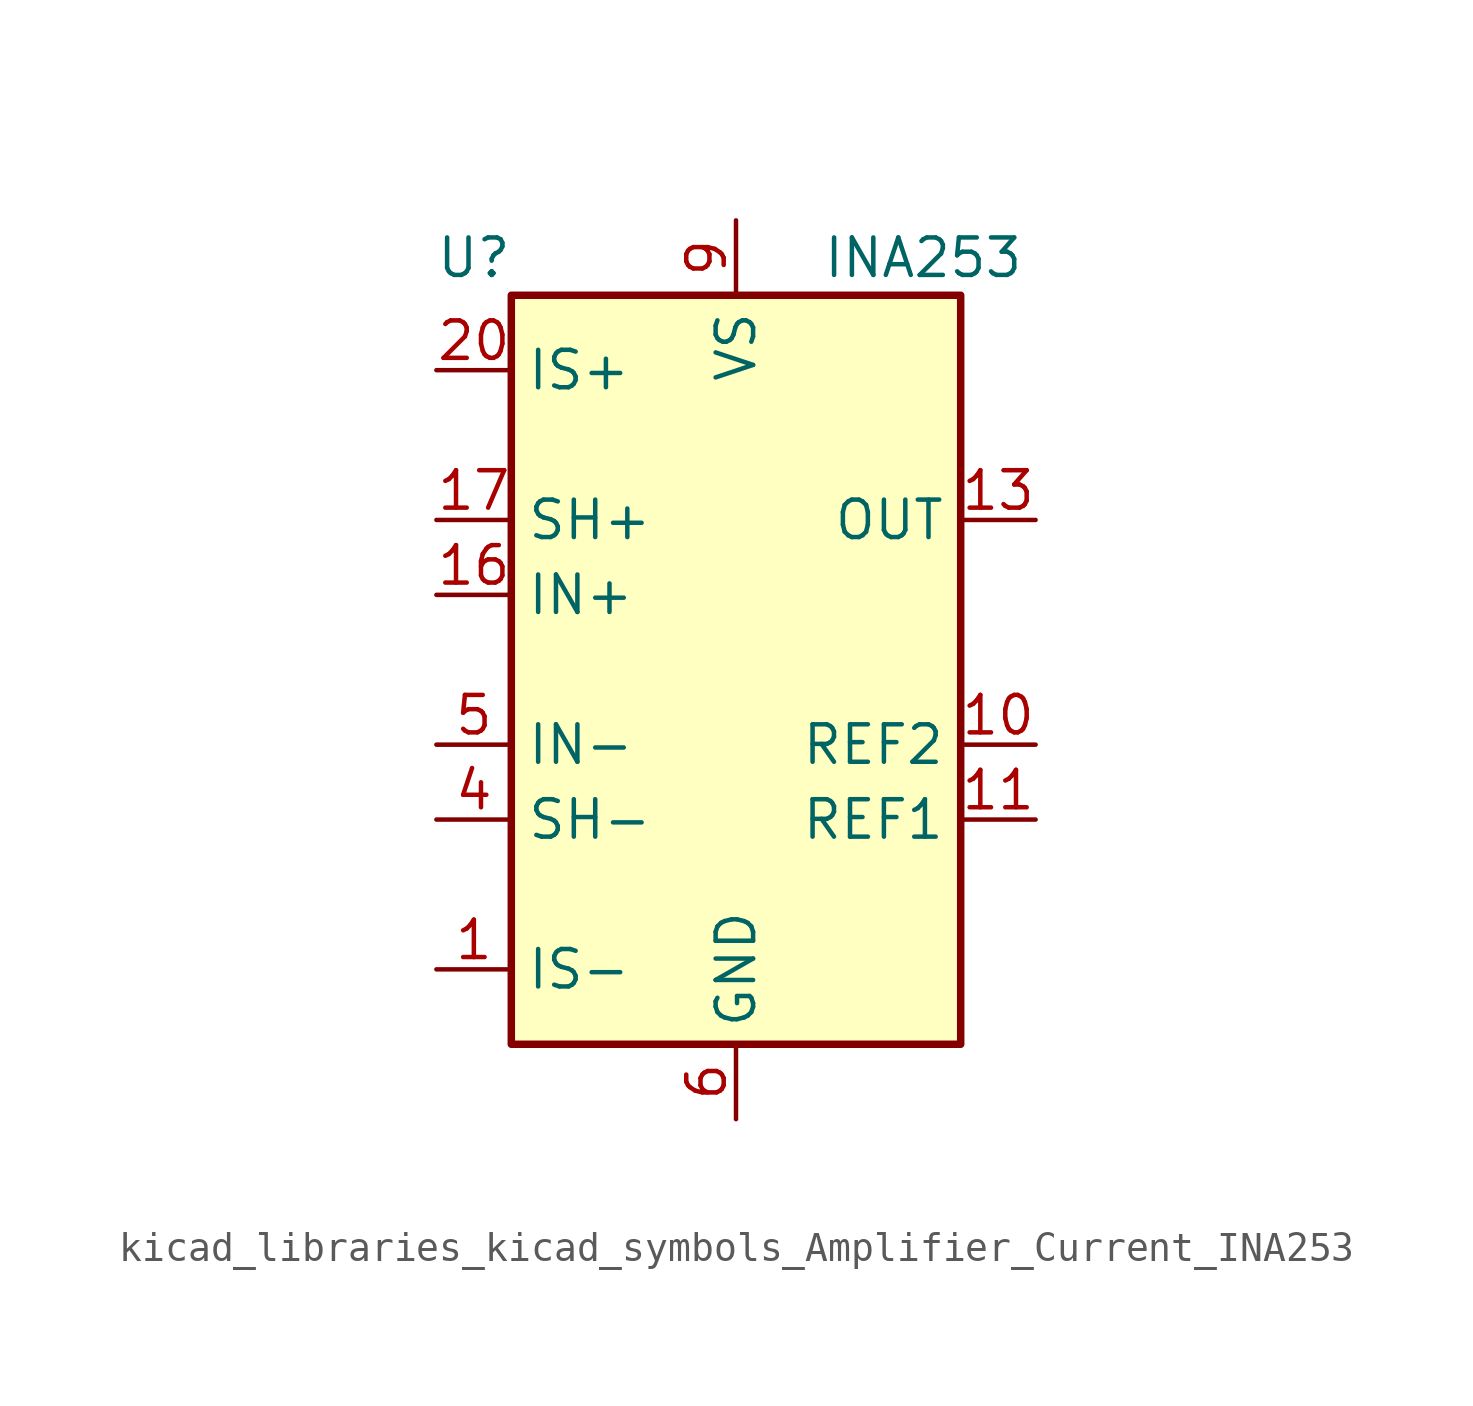
<source format=kicad_sym>
(kicad_symbol_lib
  (version 20220914)
  (generator kicad_symbol_editor)
  (symbol "kicad_libraries_kicad_symbols_Amplifier_Current_INA253"
    (property "Reference" "U"
      (at -8.89 13.97 0)
      (effects (font (size 1.27 1.27))))
    (property "Value" "INA253"
      (at 6.35 13.97 0)
      (effects (font (size 1.27 1.27))))
    (symbol "kicad_libraries_kicad_symbols_Amplifier_Current_INA253_0_1"
      (rectangle (start -7.62 12.7) (end 7.62 -12.7) (stroke (width 0.254) (type default)) (fill (type background))))
    (symbol "kicad_libraries_kicad_symbols_Amplifier_Current_INA253_1_1"
      (pin passive line (at -10.16 -10.16 0) (length 2.54) (name "IS-" (effects (font (size 1.27 1.27)))) (number "1" (effects (font (size 1.27 1.27)))))
      (pin passive line (at 10.16 -2.54 180) (length 2.54) (name "REF2" (effects (font (size 1.27 1.27)))) (number "10" (effects (font (size 1.27 1.27)))))
      (pin passive line (at 10.16 -5.08 180) (length 2.54) (name "REF1" (effects (font (size 1.27 1.27)))) (number "11" (effects (font (size 1.27 1.27)))))
      (pin no_connect line (at 7.62 0 180) (length 2.54) hide (name "NC" (effects (font (size 1.27 1.27)))) (number "12" (effects (font (size 1.27 1.27)))))
      (pin output line (at 10.16 5.08 180) (length 2.54) (name "OUT" (effects (font (size 1.27 1.27)))) (number "13" (effects (font (size 1.27 1.27)))))
      (pin no_connect line (at 7.62 10.16 180) (length 2.54) hide (name "DNC2" (effects (font (size 1.27 1.27)))) (number "14" (effects (font (size 1.27 1.27)))))
      (pin passive line (at 0 -15.24 90) (length 2.54) hide (name "GND" (effects (font (size 1.27 1.27)))) (number "15" (effects (font (size 1.27 1.27)))))
      (pin passive line (at -10.16 2.54 0) (length 2.54) (name "IN+" (effects (font (size 1.27 1.27)))) (number "16" (effects (font (size 1.27 1.27)))))
      (pin passive line (at -10.16 5.08 0) (length 2.54) (name "SH+" (effects (font (size 1.27 1.27)))) (number "17" (effects (font (size 1.27 1.27)))))
      (pin passive line (at -10.16 10.16 0) (length 2.54) hide (name "IS+" (effects (font (size 1.27 1.27)))) (number "18" (effects (font (size 1.27 1.27)))))
      (pin passive line (at -10.16 10.16 0) (length 2.54) hide (name "IS+" (effects (font (size 1.27 1.27)))) (number "19" (effects (font (size 1.27 1.27)))))
      (pin passive line (at -10.16 -10.16 0) (length 2.54) hide (name "IS-" (effects (font (size 1.27 1.27)))) (number "2" (effects (font (size 1.27 1.27)))))
      (pin passive line (at -10.16 10.16 0) (length 2.54) (name "IS+" (effects (font (size 1.27 1.27)))) (number "20" (effects (font (size 1.27 1.27)))))
      (pin passive line (at -10.16 -10.16 0) (length 2.54) hide (name "IS-" (effects (font (size 1.27 1.27)))) (number "3" (effects (font (size 1.27 1.27)))))
      (pin passive line (at -10.16 -5.08 0) (length 2.54) (name "SH-" (effects (font (size 1.27 1.27)))) (number "4" (effects (font (size 1.27 1.27)))))
      (pin passive line (at -10.16 -2.54 0) (length 2.54) (name "IN-" (effects (font (size 1.27 1.27)))) (number "5" (effects (font (size 1.27 1.27)))))
      (pin power_in line (at 0 -15.24 90) (length 2.54) (name "GND" (effects (font (size 1.27 1.27)))) (number "6" (effects (font (size 1.27 1.27)))))
      (pin no_connect line (at 7.62 7.62 180) (length 2.54) hide (name "DNC1" (effects (font (size 1.27 1.27)))) (number "7" (effects (font (size 1.27 1.27)))))
      (pin no_connect line (at 7.62 2.54 180) (length 2.54) hide (name "NC" (effects (font (size 1.27 1.27)))) (number "8" (effects (font (size 1.27 1.27)))))
      (pin power_in line (at 0 15.24 270) (length 2.54) (name "VS" (effects (font (size 1.27 1.27)))) (number "9" (effects (font (size 1.27 1.27))))))))
</source>
